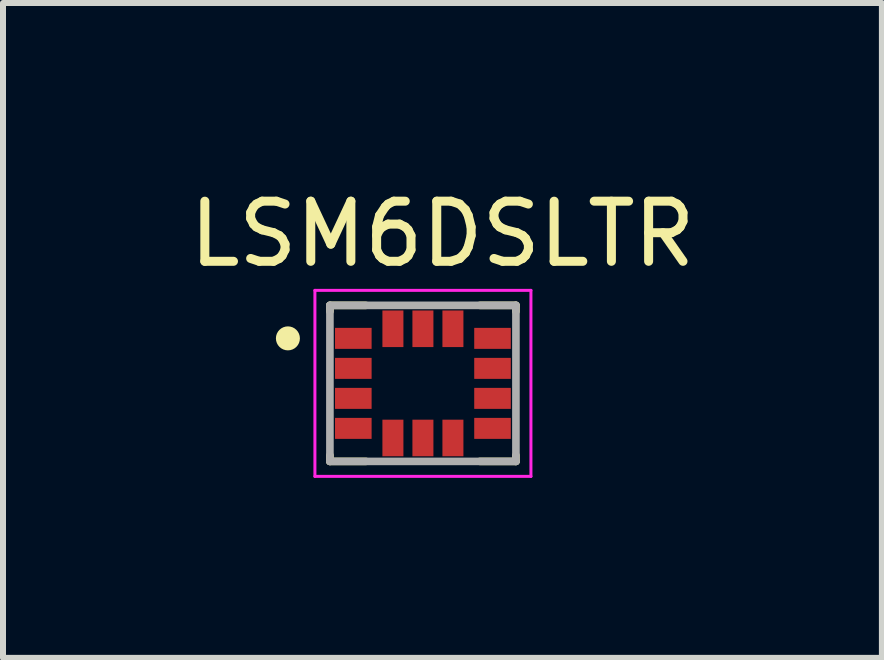
<source format=kicad_pcb>
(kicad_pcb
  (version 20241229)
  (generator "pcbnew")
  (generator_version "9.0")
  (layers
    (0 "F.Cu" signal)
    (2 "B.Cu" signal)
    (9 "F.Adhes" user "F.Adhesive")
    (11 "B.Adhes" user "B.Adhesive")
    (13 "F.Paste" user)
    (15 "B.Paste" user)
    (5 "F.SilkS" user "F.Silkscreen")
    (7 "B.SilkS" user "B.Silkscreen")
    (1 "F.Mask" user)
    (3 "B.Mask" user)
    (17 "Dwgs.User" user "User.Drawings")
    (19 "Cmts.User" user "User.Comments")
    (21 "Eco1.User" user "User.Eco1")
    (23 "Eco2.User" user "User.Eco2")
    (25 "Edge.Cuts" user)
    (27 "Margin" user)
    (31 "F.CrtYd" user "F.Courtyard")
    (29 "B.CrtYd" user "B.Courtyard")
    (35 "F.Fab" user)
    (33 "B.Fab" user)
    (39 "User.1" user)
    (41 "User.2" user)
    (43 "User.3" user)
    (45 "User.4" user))
  (footprint "LSM6DSLTR"
    (layer "F.Cu")
    (at 3.998 3.339)
    (property "Reference" "LSM6DSLTR" (at 0.326 -2.49 0) (layer "F.SilkS") (effects (font (size 1.002 1.002) (thickness 0.15))))
    (attr through_hole)
    (fp_line (start -1.55 -1.2) (end -1.55 -1.3) (stroke (width 0.127) (type solid)) (layer "F.SilkS"))
    (fp_line (start -1.55 1.3) (end -1.55 1.2) (stroke (width 0.127) (type solid)) (layer "F.SilkS"))
    (fp_line (start -1.55 1.3) (end -0.95 1.3) (stroke (width 0.127) (type solid)) (layer "F.SilkS"))
    (fp_line (start -0.95 -1.3) (end -1.55 -1.3) (stroke (width 0.127) (type solid)) (layer "F.SilkS"))
    (fp_line (start 0.95 -1.3) (end 1.55 -1.3) (stroke (width 0.127) (type solid)) (layer "F.SilkS"))
    (fp_line (start 0.95 1.3) (end 1.55 1.3) (stroke (width 0.127) (type solid)) (layer "F.SilkS"))
    (fp_line (start 1.55 -1.2) (end 1.55 -1.3) (stroke (width 0.127) (type solid)) (layer "F.SilkS"))
    (fp_line (start 1.55 1.3) (end 1.55 1.2) (stroke (width 0.127) (type solid)) (layer "F.SilkS"))
    (fp_circle (center -2.25 -0.75) (end -2.15 -0.75) (stroke (width 0.2) (type solid)) (fill no) (layer "F.SilkS"))
    (fp_line (start -1.8 -1.55) (end 1.8 -1.55) (stroke (width 0.05) (type solid)) (layer "F.CrtYd"))
    (fp_line (start -1.8 1.55) (end -1.8 -1.55) (stroke (width 0.05) (type solid)) (layer "F.CrtYd"))
    (fp_line (start 1.8 -1.55) (end 1.8 1.55) (stroke (width 0.05) (type solid)) (layer "F.CrtYd"))
    (fp_line (start 1.8 1.55) (end -1.8 1.55) (stroke (width 0.05) (type solid)) (layer "F.CrtYd"))
    (fp_line (start -1.55 -1.3) (end 1.55 -1.3) (stroke (width 0.127) (type solid)) (layer "F.Fab"))
    (fp_line (start -1.55 1.3) (end -1.55 -1.3) (stroke (width 0.127) (type solid)) (layer "F.Fab"))
    (fp_line (start 1.55 -1.3) (end 1.55 1.3) (stroke (width 0.127) (type solid)) (layer "F.Fab"))
    (fp_line (start 1.55 1.3) (end -1.55 1.3) (stroke (width 0.127) (type solid)) (layer "F.Fab"))
    (pad "1" smd rect (at -1.16 -0.75 180) (size 0.61 0.35) (layers "F.Cu" "F.Mask" "F.Paste"))
    (pad "2" smd rect (at -1.16 -0.25 180) (size 0.61 0.35) (layers "F.Cu" "F.Mask" "F.Paste"))
    (pad "3" smd rect (at -1.16 0.25 180) (size 0.61 0.35) (layers "F.Cu" "F.Mask" "F.Paste"))
    (pad "4" smd rect (at -1.16 0.75 180) (size 0.61 0.35) (layers "F.Cu" "F.Mask" "F.Paste"))
    (pad "5" smd rect (at -0.5 0.91 90) (size 0.61 0.35) (layers "F.Cu" "F.Mask" "F.Paste"))
    (pad "6" smd rect (at 0 0.91 90) (size 0.61 0.35) (layers "F.Cu" "F.Mask" "F.Paste"))
    (pad "7" smd rect (at 0.5 0.91 90) (size 0.61 0.35) (layers "F.Cu" "F.Mask" "F.Paste"))
    (pad "8" smd rect (at 1.16 0.75 180) (size 0.61 0.35) (layers "F.Cu" "F.Mask" "F.Paste"))
    (pad "9" smd rect (at 1.16 0.25 180) (size 0.61 0.35) (layers "F.Cu" "F.Mask" "F.Paste"))
    (pad "10" smd rect (at 1.16 -0.25 180) (size 0.61 0.35) (layers "F.Cu" "F.Mask" "F.Paste"))
    (pad "11" smd rect (at 1.16 -0.75 180) (size 0.61 0.35) (layers "F.Cu" "F.Mask" "F.Paste"))
    (pad "12" smd rect (at 0.5 -0.91 90) (size 0.61 0.35) (layers "F.Cu" "F.Mask" "F.Paste"))
    (pad "13" smd rect (at 0 -0.91 90) (size 0.61 0.35) (layers "F.Cu" "F.Mask" "F.Paste"))
    (pad "14" smd rect (at -0.5 -0.91 90) (size 0.61 0.35) (layers "F.Cu" "F.Mask" "F.Paste")))
  (gr_rect
    (start -3 -3)
    (end 11.647 7.914)
    (stroke (width 0.1) (type default))
    (fill no)
    (layer "Edge.Cuts")))
</source>
